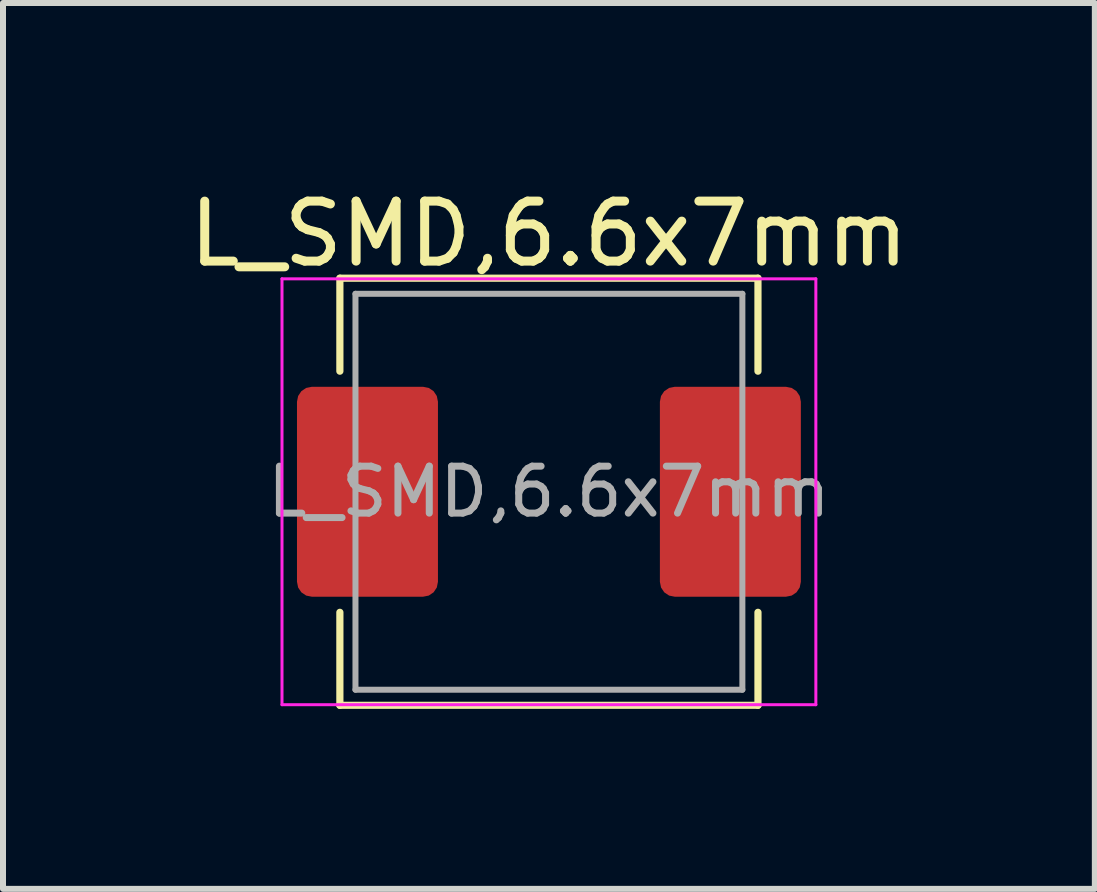
<source format=kicad_pcb>
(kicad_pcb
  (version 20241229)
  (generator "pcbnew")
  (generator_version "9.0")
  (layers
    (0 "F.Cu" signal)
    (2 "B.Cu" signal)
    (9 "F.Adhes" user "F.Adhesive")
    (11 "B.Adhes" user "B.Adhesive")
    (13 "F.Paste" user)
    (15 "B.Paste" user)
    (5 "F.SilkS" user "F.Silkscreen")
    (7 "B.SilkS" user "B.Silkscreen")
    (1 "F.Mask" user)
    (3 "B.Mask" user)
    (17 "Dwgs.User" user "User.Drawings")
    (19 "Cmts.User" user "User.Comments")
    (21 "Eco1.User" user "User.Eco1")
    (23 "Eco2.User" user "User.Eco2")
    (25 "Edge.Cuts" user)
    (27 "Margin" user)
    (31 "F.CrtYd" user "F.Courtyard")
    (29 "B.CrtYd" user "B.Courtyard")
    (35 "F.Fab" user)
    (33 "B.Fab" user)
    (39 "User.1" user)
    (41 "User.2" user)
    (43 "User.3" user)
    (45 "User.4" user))
  (footprint "L_SMD,6.6x7mm"
    (layer "F.Cu")
    (at 6.101 5.148)
    (property "Reference" "L_SMD,6.6x7mm" (at 0 -4.3 0) (layer "F.SilkS") (effects (font (size 1 1) (thickness 0.15))))
    (attr smd)
    (fp_line (start -3.485 -3.56) (end -3.485 -2.01) (stroke (width 0.12) (type solid)) (layer "F.SilkS"))
    (fp_line (start -3.485 -3.56) (end 3.485 -3.56) (stroke (width 0.12) (type solid)) (layer "F.SilkS"))
    (fp_line (start -3.485 3.56) (end -3.485 2.01) (stroke (width 0.12) (type solid)) (layer "F.SilkS"))
    (fp_line (start -3.485 3.56) (end 3.485 3.56) (stroke (width 0.12) (type solid)) (layer "F.SilkS"))
    (fp_line (start 3.485 -3.56) (end 3.485 -2.01) (stroke (width 0.12) (type solid)) (layer "F.SilkS"))
    (fp_line (start 3.485 3.56) (end 3.485 2.01) (stroke (width 0.12) (type solid)) (layer "F.SilkS"))
    (fp_line (start -4.45 -3.55) (end -4.45 3.55) (stroke (width 0.05) (type solid)) (layer "F.CrtYd"))
    (fp_line (start -4.45 3.55) (end 4.45 3.55) (stroke (width 0.05) (type solid)) (layer "F.CrtYd"))
    (fp_line (start 4.45 -3.55) (end -4.45 -3.55) (stroke (width 0.05) (type solid)) (layer "F.CrtYd"))
    (fp_line (start 4.45 3.55) (end 4.45 -3.55) (stroke (width 0.05) (type solid)) (layer "F.CrtYd"))
    (fp_line (start -3.225 -3.3) (end -3.225 3.3) (stroke (width 0.1) (type solid)) (layer "F.Fab"))
    (fp_line (start -3.225 3.3) (end 3.225 3.3) (stroke (width 0.1) (type solid)) (layer "F.Fab"))
    (fp_line (start 3.225 -3.3) (end -3.225 -3.3) (stroke (width 0.1) (type solid)) (layer "F.Fab"))
    (fp_line (start 3.225 3.3) (end 3.225 -3.3) (stroke (width 0.1) (type solid)) (layer "F.Fab"))
    (fp_text user "${REFERENCE}" (at 0 0 0) (layer "F.Fab") (effects (font (size 0.783 0.783) (thickness 0.117))))
    (pad "1" smd roundrect (at -3.025 0) (size 2.35 3.5) (layers "F.Cu" "F.Mask" "F.Paste") (roundrect_rratio 0.106))
    (pad "2" smd roundrect (at 3.025 0) (size 2.35 3.5) (layers "F.Cu" "F.Mask" "F.Paste") (roundrect_rratio 0.106)))
  (gr_rect
    (start -3 -3)
    (end 15.202 11.768)
    (stroke (width 0.1) (type default))
    (fill no)
    (layer "Edge.Cuts")))
</source>
